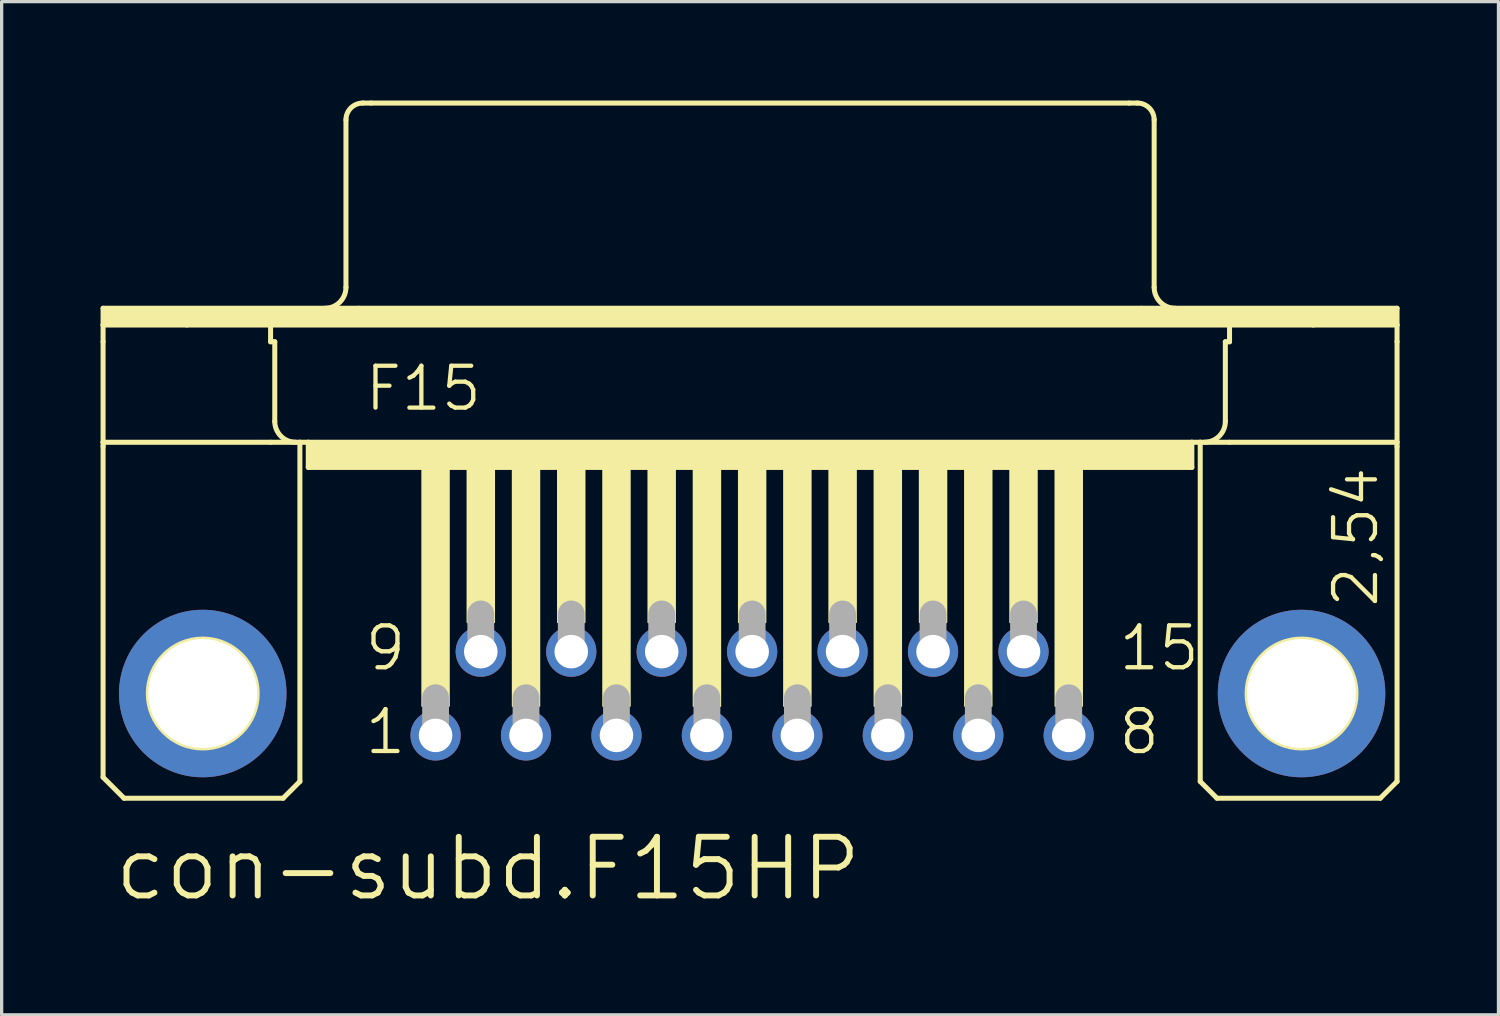
<source format=kicad_pcb>
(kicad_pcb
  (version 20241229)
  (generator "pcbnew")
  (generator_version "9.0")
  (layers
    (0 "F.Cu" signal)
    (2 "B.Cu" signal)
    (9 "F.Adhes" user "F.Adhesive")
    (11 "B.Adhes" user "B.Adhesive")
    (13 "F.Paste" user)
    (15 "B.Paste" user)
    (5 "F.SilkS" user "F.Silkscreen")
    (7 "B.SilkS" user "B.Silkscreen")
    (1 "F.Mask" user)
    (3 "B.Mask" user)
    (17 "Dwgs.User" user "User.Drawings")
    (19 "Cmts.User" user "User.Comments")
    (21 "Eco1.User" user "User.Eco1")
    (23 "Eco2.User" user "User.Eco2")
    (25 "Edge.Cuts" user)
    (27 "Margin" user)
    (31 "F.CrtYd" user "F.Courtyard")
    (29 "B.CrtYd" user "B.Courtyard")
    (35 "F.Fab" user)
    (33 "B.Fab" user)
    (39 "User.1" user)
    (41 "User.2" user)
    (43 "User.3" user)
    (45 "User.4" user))
  (footprint "con-subd.F15HP"
    (layer "F.Cu")
    (at 19.761 17.983)
    (property "Reference" "con-subd.F15HP" (at -19.431 6.35 0) (layer "F.SilkS") (effects (font (size 1.778 1.778) (thickness 0.18)) (justify left bottom)))
    (attr through_hole)
    (fp_line (start -19.685 -11.684) (end -11.938 -11.684) (stroke (width 0.152) (type default)) (layer "F.SilkS"))
    (fp_line (start -19.685 -11.176) (end -19.685 -11.684) (stroke (width 0.152) (type default)) (layer "F.SilkS"))
    (fp_line (start -19.685 -11.176) (end -17.145 -11.176) (stroke (width 0.152) (type default)) (layer "F.SilkS"))
    (fp_line (start -19.685 -10.668) (end -19.685 -11.176) (stroke (width 0.152) (type default)) (layer "F.SilkS"))
    (fp_line (start -19.685 -7.62) (end -19.685 -10.668) (stroke (width 0.152) (type default)) (layer "F.SilkS"))
    (fp_line (start -19.685 -7.62) (end -19.685 -7.493) (stroke (width 0.152) (type default)) (layer "F.SilkS"))
    (fp_line (start -19.685 -7.62) (end -14.605 -7.62) (stroke (width 0.152) (type default)) (layer "F.SilkS"))
    (fp_line (start -19.685 2.54) (end -19.685 -7.493) (stroke (width 0.152) (type default)) (layer "F.SilkS"))
    (fp_line (start -19.05 3.175) (end -19.685 2.54) (stroke (width 0.152) (type default)) (layer "F.SilkS"))
    (fp_line (start -17.145 -11.176) (end -14.605 -11.176) (stroke (width 0.152) (type default)) (layer "F.SilkS"))
    (fp_line (start -14.605 -11.176) (end 14.478 -11.176) (stroke (width 0.152) (type default)) (layer "F.SilkS"))
    (fp_line (start -14.605 -10.668) (end -14.605 -11.176) (stroke (width 0.152) (type default)) (layer "F.SilkS"))
    (fp_line (start -14.605 -10.668) (end -14.478 -10.668) (stroke (width 0.152) (type default)) (layer "F.SilkS"))
    (fp_line (start -14.605 -7.62) (end -13.716 -7.62) (stroke (width 0.152) (type default)) (layer "F.SilkS"))
    (fp_line (start -14.478 -8.255) (end -14.478 -10.668) (stroke (width 0.152) (type default)) (layer "F.SilkS"))
    (fp_line (start -14.224 3.175) (end -19.05 3.175) (stroke (width 0.152) (type default)) (layer "F.SilkS"))
    (fp_line (start -14.224 3.175) (end -13.716 2.667) (stroke (width 0.152) (type default)) (layer "F.SilkS"))
    (fp_line (start -13.716 -7.62) (end -13.462 -7.62) (stroke (width 0.152) (type default)) (layer "F.SilkS"))
    (fp_line (start -13.716 2.667) (end -13.716 -7.62) (stroke (width 0.152) (type default)) (layer "F.SilkS"))
    (fp_line (start -13.462 -7.62) (end -13.462 -6.858) (stroke (width 0.152) (type default)) (layer "F.SilkS"))
    (fp_line (start -13.462 -7.62) (end 13.335 -7.62) (stroke (width 0.152) (type default)) (layer "F.SilkS"))
    (fp_line (start -13.462 -6.858) (end 13.335 -6.858) (stroke (width 0.152) (type default)) (layer "F.SilkS"))
    (fp_line (start -12.319 -12.319) (end -12.319 -17.399) (stroke (width 0.152) (type default)) (layer "F.SilkS"))
    (fp_line (start -11.938 -11.684) (end 11.811 -11.684) (stroke (width 0.152) (type default)) (layer "F.SilkS"))
    (fp_line (start -11.811 -17.907) (end -11.557 -17.907) (stroke (width 0.152) (type default)) (layer "F.SilkS"))
    (fp_line (start -11.557 -17.907) (end 11.43 -17.907) (stroke (width 0.152) (type default)) (layer "F.SilkS"))
    (fp_line (start 11.43 -17.907) (end 11.684 -17.907) (stroke (width 0.152) (type default)) (layer "F.SilkS"))
    (fp_line (start 11.811 -11.684) (end 19.558 -11.684) (stroke (width 0.152) (type default)) (layer "F.SilkS"))
    (fp_line (start 12.192 -12.319) (end 12.192 -17.399) (stroke (width 0.152) (type default)) (layer "F.SilkS"))
    (fp_line (start 13.335 -7.62) (end 13.335 -6.858) (stroke (width 0.152) (type default)) (layer "F.SilkS"))
    (fp_line (start 13.335 -7.62) (end 13.589 -7.62) (stroke (width 0.152) (type default)) (layer "F.SilkS"))
    (fp_line (start 13.589 -7.62) (end 14.478 -7.62) (stroke (width 0.152) (type default)) (layer "F.SilkS"))
    (fp_line (start 13.589 2.667) (end 13.589 -7.62) (stroke (width 0.152) (type default)) (layer "F.SilkS"))
    (fp_line (start 13.589 2.667) (end 14.097 3.175) (stroke (width 0.152) (type default)) (layer "F.SilkS"))
    (fp_line (start 14.097 3.175) (end 19.05 3.175) (stroke (width 0.152) (type default)) (layer "F.SilkS"))
    (fp_line (start 14.351 -10.668) (end 14.478 -10.668) (stroke (width 0.152) (type default)) (layer "F.SilkS"))
    (fp_line (start 14.351 -8.255) (end 14.351 -10.668) (stroke (width 0.152) (type default)) (layer "F.SilkS"))
    (fp_line (start 14.478 -11.176) (end 17.018 -11.176) (stroke (width 0.152) (type default)) (layer "F.SilkS"))
    (fp_line (start 14.478 -10.668) (end 14.478 -11.176) (stroke (width 0.152) (type default)) (layer "F.SilkS"))
    (fp_line (start 14.478 -7.62) (end 19.558 -7.62) (stroke (width 0.152) (type default)) (layer "F.SilkS"))
    (fp_line (start 17.018 -11.176) (end 19.558 -11.176) (stroke (width 0.152) (type default)) (layer "F.SilkS"))
    (fp_line (start 19.05 3.175) (end 19.558 2.667) (stroke (width 0.152) (type default)) (layer "F.SilkS"))
    (fp_line (start 19.558 -11.684) (end 19.558 -11.176) (stroke (width 0.152) (type default)) (layer "F.SilkS"))
    (fp_line (start 19.558 -11.176) (end 19.558 -10.668) (stroke (width 0.152) (type default)) (layer "F.SilkS"))
    (fp_line (start 19.558 -10.668) (end 19.558 -7.62) (stroke (width 0.152) (type default)) (layer "F.SilkS"))
    (fp_line (start 19.558 -7.62) (end 19.558 -7.493) (stroke (width 0.152) (type default)) (layer "F.SilkS"))
    (fp_line (start 19.558 2.667) (end 19.558 -7.493) (stroke (width 0.152) (type default)) (layer "F.SilkS"))
    (fp_rect (start -19.685 -11.176) (end 19.558 -11.684) (stroke (width 0.05) (type default)) (fill yes) (layer "F.SilkS"))
    (fp_rect (start -13.462 -6.858) (end 13.335 -7.62) (stroke (width 0.05) (type default)) (fill yes) (layer "F.SilkS"))
    (fp_rect (start -10.008 0.381) (end -9.195 -6.858) (stroke (width 0.05) (type default)) (fill yes) (layer "F.SilkS"))
    (fp_rect (start -8.636 -2.159) (end -7.823 -6.858) (stroke (width 0.05) (type default)) (fill yes) (layer "F.SilkS"))
    (fp_rect (start -7.264 0.381) (end -6.452 -6.858) (stroke (width 0.05) (type default)) (fill yes) (layer "F.SilkS"))
    (fp_rect (start -5.893 -2.159) (end -5.08 -6.858) (stroke (width 0.05) (type default)) (fill yes) (layer "F.SilkS"))
    (fp_rect (start -4.521 0.381) (end -3.708 -6.858) (stroke (width 0.05) (type default)) (fill yes) (layer "F.SilkS"))
    (fp_rect (start -3.15 -2.159) (end -2.337 -6.858) (stroke (width 0.05) (type default)) (fill yes) (layer "F.SilkS"))
    (fp_rect (start -1.778 0.381) (end -0.965 -6.858) (stroke (width 0.05) (type default)) (fill yes) (layer "F.SilkS"))
    (fp_rect (start -0.406 -2.159) (end 0.406 -6.858) (stroke (width 0.05) (type default)) (fill yes) (layer "F.SilkS"))
    (fp_rect (start 0.965 0.381) (end 1.778 -6.858) (stroke (width 0.05) (type default)) (fill yes) (layer "F.SilkS"))
    (fp_rect (start 2.337 -2.159) (end 3.15 -6.858) (stroke (width 0.05) (type default)) (fill yes) (layer "F.SilkS"))
    (fp_rect (start 3.708 0.381) (end 4.521 -6.858) (stroke (width 0.05) (type default)) (fill yes) (layer "F.SilkS"))
    (fp_rect (start 5.08 -2.159) (end 5.893 -6.858) (stroke (width 0.05) (type default)) (fill yes) (layer "F.SilkS"))
    (fp_rect (start 6.452 0.381) (end 7.264 -6.858) (stroke (width 0.05) (type default)) (fill yes) (layer "F.SilkS"))
    (fp_rect (start 7.823 -2.159) (end 8.636 -6.858) (stroke (width 0.05) (type default)) (fill yes) (layer "F.SilkS"))
    (fp_rect (start 9.195 0.381) (end 10.008 -6.858) (stroke (width 0.05) (type default)) (fill yes) (layer "F.SilkS"))
    (fp_arc (start -13.843 -7.62) (mid -14.292013 -7.805987) (end -14.478 -8.255) (stroke (width 0.1524) (type default)) (layer "F.SilkS"))
    (fp_arc (start -12.319 -17.399) (mid -12.17021 -17.75821) (end -11.811 -17.907) (stroke (width 0.1524) (type default)) (layer "F.SilkS"))
    (fp_arc (start -12.319 -12.319) (mid -12.504987 -11.869987) (end -12.954 -11.684) (stroke (width 0.1524) (type default)) (layer "F.SilkS"))
    (fp_arc (start 11.684 -17.907) (mid 12.04321 -17.75821) (end 12.192 -17.399) (stroke (width 0.1524) (type default)) (layer "F.SilkS"))
    (fp_arc (start 12.827 -11.684) (mid 12.377987 -11.869987) (end 12.192 -12.319) (stroke (width 0.1524) (type default)) (layer "F.SilkS"))
    (fp_arc (start 14.351 -8.255) (mid 14.165013 -7.805987) (end 13.716 -7.62) (stroke (width 0.1524) (type default)) (layer "F.SilkS"))
    (fp_circle (center -16.662 0) (end -15.011 0) (stroke (width 0.152) (type default)) (fill no) (layer "F.SilkS"))
    (fp_circle (center 16.662 0) (end 18.313 0) (stroke (width 0.152) (type default)) (fill no) (layer "F.SilkS"))
    (fp_line (start -9.601 1.143) (end -9.601 0.127) (stroke (width 0.813) (type default)) (layer "F.Fab"))
    (fp_line (start -8.23 -1.397) (end -8.23 -2.413) (stroke (width 0.813) (type default)) (layer "F.Fab"))
    (fp_line (start -6.858 1.143) (end -6.858 0.127) (stroke (width 0.813) (type default)) (layer "F.Fab"))
    (fp_line (start -5.486 -1.397) (end -5.486 -2.413) (stroke (width 0.813) (type default)) (layer "F.Fab"))
    (fp_line (start -4.115 1.143) (end -4.115 0.127) (stroke (width 0.813) (type default)) (layer "F.Fab"))
    (fp_line (start -2.743 -1.397) (end -2.743 -2.413) (stroke (width 0.813) (type default)) (layer "F.Fab"))
    (fp_line (start -1.372 1.143) (end -1.372 0.127) (stroke (width 0.813) (type default)) (layer "F.Fab"))
    (fp_line (start 0 -1.397) (end 0 -2.413) (stroke (width 0.813) (type default)) (layer "F.Fab"))
    (fp_line (start 1.372 1.143) (end 1.372 0.127) (stroke (width 0.813) (type default)) (layer "F.Fab"))
    (fp_line (start 2.743 -1.397) (end 2.743 -2.413) (stroke (width 0.813) (type default)) (layer "F.Fab"))
    (fp_line (start 4.115 1.143) (end 4.115 0.127) (stroke (width 0.813) (type default)) (layer "F.Fab"))
    (fp_line (start 5.486 -1.397) (end 5.486 -2.413) (stroke (width 0.813) (type default)) (layer "F.Fab"))
    (fp_line (start 6.858 1.143) (end 6.858 0.127) (stroke (width 0.813) (type default)) (layer "F.Fab"))
    (fp_line (start 8.23 -1.397) (end 8.23 -2.413) (stroke (width 0.813) (type default)) (layer "F.Fab"))
    (fp_line (start 9.601 1.143) (end 9.601 0.127) (stroke (width 0.813) (type default)) (layer "F.Fab"))
    (fp_text user "2,54" (at 19.05 -2.54 90) (layer "F.SilkS") (effects (font (size 1.27 1.27) (thickness 0.13)) (justify left bottom)))
    (fp_text user "9" (at -11.811 -0.635 0) (layer "F.SilkS") (effects (font (size 1.27 1.27) (thickness 0.13)) (justify left bottom)))
    (fp_text user "F15" (at -11.811 -8.509 0) (layer "F.SilkS") (effects (font (size 1.27 1.27) (thickness 0.13)) (justify left bottom)))
    (fp_text user "1" (at -11.811 1.905 0) (layer "F.SilkS") (effects (font (size 1.27 1.27) (thickness 0.13)) (justify left bottom)))
    (fp_text user "15" (at 11.049 -0.635 0) (layer "F.SilkS") (effects (font (size 1.27 1.27) (thickness 0.13)) (justify left bottom)))
    (fp_text user "8" (at 11.049 1.905 0) (layer "F.SilkS") (effects (font (size 1.27 1.27) (thickness 0.13)) (justify left bottom)))
    (pad "1" thru_hole circle (at -9.601 1.27) (size 1.524 1.524) (drill 1.016) (layers "*.Cu" "*.Mask"))
    (pad "2" thru_hole circle (at -6.858 1.27) (size 1.524 1.524) (drill 1.016) (layers "*.Cu" "*.Mask"))
    (pad "3" thru_hole circle (at -4.115 1.27) (size 1.524 1.524) (drill 1.016) (layers "*.Cu" "*.Mask"))
    (pad "4" thru_hole circle (at -1.372 1.27) (size 1.524 1.524) (drill 1.016) (layers "*.Cu" "*.Mask"))
    (pad "5" thru_hole circle (at 1.372 1.27) (size 1.524 1.524) (drill 1.016) (layers "*.Cu" "*.Mask"))
    (pad "6" thru_hole circle (at 4.115 1.27) (size 1.524 1.524) (drill 1.016) (layers "*.Cu" "*.Mask"))
    (pad "7" thru_hole circle (at 6.858 1.27) (size 1.524 1.524) (drill 1.016) (layers "*.Cu" "*.Mask"))
    (pad "8" thru_hole circle (at 9.601 1.27) (size 1.524 1.524) (drill 1.016) (layers "*.Cu" "*.Mask"))
    (pad "9" thru_hole circle (at -8.23 -1.27) (size 1.524 1.524) (drill 1.016) (layers "*.Cu" "*.Mask"))
    (pad "10" thru_hole circle (at -5.486 -1.27) (size 1.524 1.524) (drill 1.016) (layers "*.Cu" "*.Mask"))
    (pad "11" thru_hole circle (at -2.743 -1.27) (size 1.524 1.524) (drill 1.016) (layers "*.Cu" "*.Mask"))
    (pad "12" thru_hole circle (at 0 -1.27) (size 1.524 1.524) (drill 1.016) (layers "*.Cu" "*.Mask"))
    (pad "13" thru_hole circle (at 2.743 -1.27) (size 1.524 1.524) (drill 1.016) (layers "*.Cu" "*.Mask"))
    (pad "14" thru_hole circle (at 5.486 -1.27) (size 1.524 1.524) (drill 1.016) (layers "*.Cu" "*.Mask"))
    (pad "15" thru_hole circle (at 8.23 -1.27) (size 1.524 1.524) (drill 1.016) (layers "*.Cu" "*.Mask"))
    (pad "G1" thru_hole circle (at -16.662 0) (size 5.08 5.08) (drill 3.302) (layers "*.Cu" "*.Mask"))
    (pad "G2" thru_hole circle (at 16.662 0) (size 5.08 5.08) (drill 3.302) (layers "*.Cu" "*.Mask")))
  (gr_rect
    (start -3 -3)
    (end 42.395 27.727)
    (stroke (width 0.1) (type default))
    (fill no)
    (layer "Edge.Cuts")))
</source>
